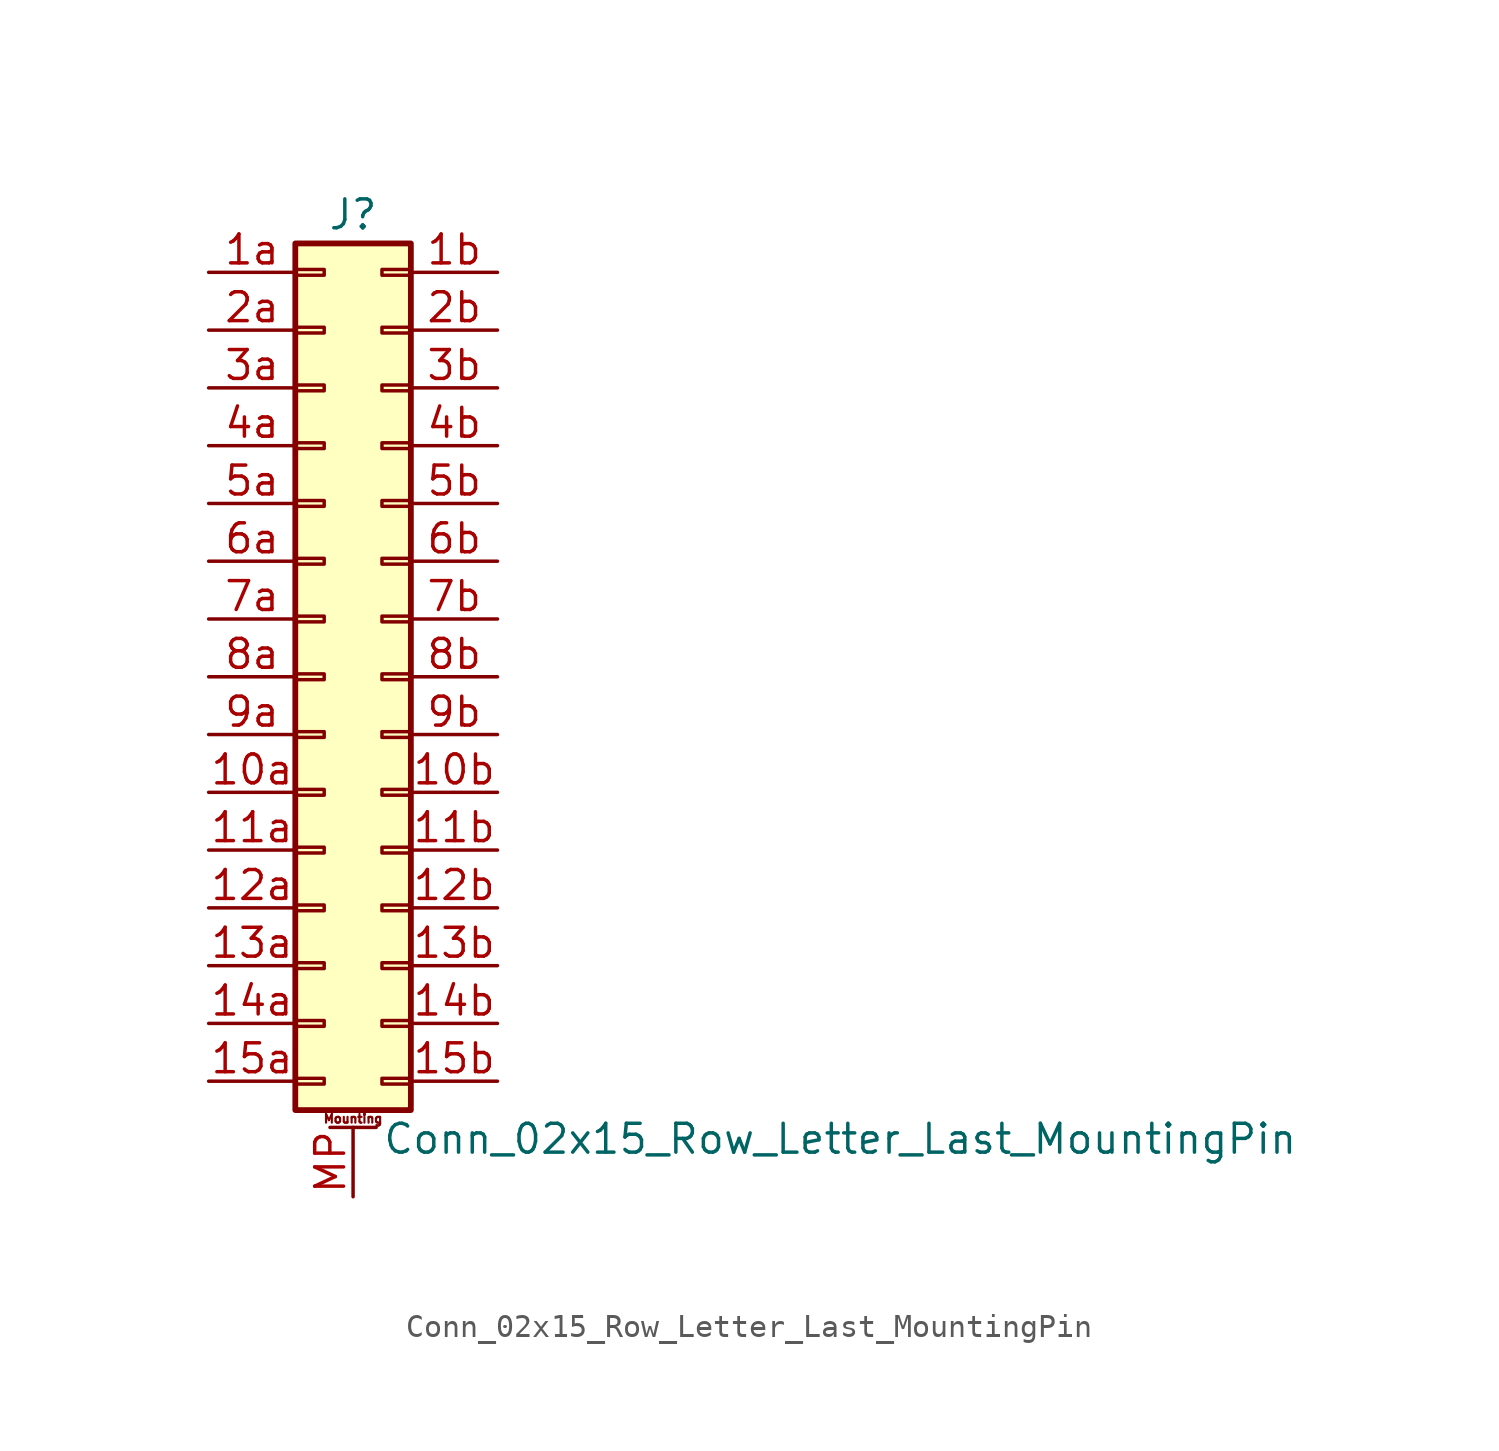
<source format=kicad_sym>
(kicad_symbol_lib
  (version 20201005)
  (generator kicad_symbol_editor)
  (symbol "Connector_Generic_MountingPin:Conn_02x15_Row_Letter_Last_MountingPin"
    (pin_names
      (offset 1.016) hide)
    (property "Reference" "J"
      (at 1.27 20.32 0)
      (effects (font (size 1.27 1.27))))
    (property "Value" "Conn_02x15_Row_Letter_Last_MountingPin"
      (at 2.54 -20.32 0)
      (effects (font (size 1.27 1.27)) (justify left)))
    (symbol "Conn_02x15_Row_Letter_Last_MountingPin_1_1"
      (text "Mounting" (at 1.27 -19.431 0) (effects (font (size 0.381 0.381))))
      (rectangle (start -1.27 -4.953) (end 0 -5.207) (stroke (width 0.152)) (fill (type none)))
      (rectangle (start -1.27 -7.493) (end 0 -7.747) (stroke (width 0.152)) (fill (type none)))
      (rectangle (start -1.27 -10.033) (end 0 -10.287) (stroke (width 0.152)) (fill (type none)))
      (rectangle (start -1.27 -12.573) (end 0 -12.827) (stroke (width 0.152)) (fill (type none)))
      (rectangle (start -1.27 -15.113) (end 0 -15.367) (stroke (width 0.152)) (fill (type none)))
      (rectangle (start -1.27 -17.653) (end 0 -17.907) (stroke (width 0.152)) (fill (type none)))
      (rectangle (start -1.27 -2.413) (end 0 -2.667) (stroke (width 0.152)) (fill (type none)))
      (rectangle (start -1.27 2.667) (end 0 2.413) (stroke (width 0.152)) (fill (type none)))
      (rectangle (start -1.27 5.207) (end 0 4.953) (stroke (width 0.152)) (fill (type none)))
      (rectangle (start -1.27 7.747) (end 0 7.493) (stroke (width 0.152)) (fill (type none)))
      (rectangle (start -1.27 10.287) (end 0 10.033) (stroke (width 0.152)) (fill (type none)))
      (rectangle (start -1.27 0.127) (end 0 -0.127) (stroke (width 0.152)) (fill (type none)))
      (rectangle (start -1.27 12.827) (end 0 12.573) (stroke (width 0.152)) (fill (type none)))
      (rectangle (start -1.27 15.367) (end 0 15.113) (stroke (width 0.152)) (fill (type none)))
      (rectangle (start -1.27 17.907) (end 0 17.653) (stroke (width 0.152)) (fill (type none)))
      (rectangle (start -1.27 19.05) (end 3.81 -19.05) (stroke (width 0.254)) (fill (type background)))
      (rectangle (start 3.81 -4.953) (end 2.54 -5.207) (stroke (width 0.152)) (fill (type none)))
      (rectangle (start 3.81 -7.493) (end 2.54 -7.747) (stroke (width 0.152)) (fill (type none)))
      (rectangle (start 3.81 -10.033) (end 2.54 -10.287) (stroke (width 0.152)) (fill (type none)))
      (rectangle (start 3.81 -12.573) (end 2.54 -12.827) (stroke (width 0.152)) (fill (type none)))
      (rectangle (start 3.81 -15.113) (end 2.54 -15.367) (stroke (width 0.152)) (fill (type none)))
      (rectangle (start 3.81 -17.653) (end 2.54 -17.907) (stroke (width 0.152)) (fill (type none)))
      (rectangle (start 3.81 -2.413) (end 2.54 -2.667) (stroke (width 0.152)) (fill (type none)))
      (rectangle (start 3.81 2.667) (end 2.54 2.413) (stroke (width 0.152)) (fill (type none)))
      (rectangle (start 3.81 5.207) (end 2.54 4.953) (stroke (width 0.152)) (fill (type none)))
      (rectangle (start 3.81 7.747) (end 2.54 7.493) (stroke (width 0.152)) (fill (type none)))
      (rectangle (start 3.81 10.287) (end 2.54 10.033) (stroke (width 0.152)) (fill (type none)))
      (rectangle (start 3.81 0.127) (end 2.54 -0.127) (stroke (width 0.152)) (fill (type none)))
      (rectangle (start 3.81 12.827) (end 2.54 12.573) (stroke (width 0.152)) (fill (type none)))
      (rectangle (start 3.81 15.367) (end 2.54 15.113) (stroke (width 0.152)) (fill (type none)))
      (rectangle (start 3.81 17.907) (end 2.54 17.653) (stroke (width 0.152)) (fill (type none)))
      (polyline (pts (xy 0.254 -19.812) (xy 2.286 -19.812)) (stroke (width 0.152)) (fill (type none)))
      (pin passive line (at 1.27 -22.86 90) (length 3.048) (name "MountPin" (effects (font (size 1.27 1.27)))) (number "MP" (effects (font (size 1.27 1.27)))))
      (pin passive line (at -5.08 -5.08 0) (length 3.81) (name "Pin_10a" (effects (font (size 1.27 1.27)))) (number "10a" (effects (font (size 1.27 1.27)))))
      (pin passive line (at 7.62 -5.08 180) (length 3.81) (name "Pin_10b" (effects (font (size 1.27 1.27)))) (number "10b" (effects (font (size 1.27 1.27)))))
      (pin passive line (at -5.08 -7.62 0) (length 3.81) (name "Pin_11a" (effects (font (size 1.27 1.27)))) (number "11a" (effects (font (size 1.27 1.27)))))
      (pin passive line (at 7.62 -7.62 180) (length 3.81) (name "Pin_11b" (effects (font (size 1.27 1.27)))) (number "11b" (effects (font (size 1.27 1.27)))))
      (pin passive line (at -5.08 -10.16 0) (length 3.81) (name "Pin_12a" (effects (font (size 1.27 1.27)))) (number "12a" (effects (font (size 1.27 1.27)))))
      (pin passive line (at 7.62 -10.16 180) (length 3.81) (name "Pin_12b" (effects (font (size 1.27 1.27)))) (number "12b" (effects (font (size 1.27 1.27)))))
      (pin passive line (at -5.08 -12.7 0) (length 3.81) (name "Pin_13a" (effects (font (size 1.27 1.27)))) (number "13a" (effects (font (size 1.27 1.27)))))
      (pin passive line (at 7.62 -12.7 180) (length 3.81) (name "Pin_13b" (effects (font (size 1.27 1.27)))) (number "13b" (effects (font (size 1.27 1.27)))))
      (pin passive line (at -5.08 -15.24 0) (length 3.81) (name "Pin_14a" (effects (font (size 1.27 1.27)))) (number "14a" (effects (font (size 1.27 1.27)))))
      (pin passive line (at 7.62 -15.24 180) (length 3.81) (name "Pin_14b" (effects (font (size 1.27 1.27)))) (number "14b" (effects (font (size 1.27 1.27)))))
      (pin passive line (at -5.08 -17.78 0) (length 3.81) (name "Pin_15a" (effects (font (size 1.27 1.27)))) (number "15a" (effects (font (size 1.27 1.27)))))
      (pin passive line (at 7.62 -17.78 180) (length 3.81) (name "Pin_15b" (effects (font (size 1.27 1.27)))) (number "15b" (effects (font (size 1.27 1.27)))))
      (pin passive line (at -5.08 17.78 0) (length 3.81) (name "Pin_1a" (effects (font (size 1.27 1.27)))) (number "1a" (effects (font (size 1.27 1.27)))))
      (pin passive line (at 7.62 17.78 180) (length 3.81) (name "Pin_1b" (effects (font (size 1.27 1.27)))) (number "1b" (effects (font (size 1.27 1.27)))))
      (pin passive line (at -5.08 15.24 0) (length 3.81) (name "Pin_2a" (effects (font (size 1.27 1.27)))) (number "2a" (effects (font (size 1.27 1.27)))))
      (pin passive line (at 7.62 15.24 180) (length 3.81) (name "Pin_2b" (effects (font (size 1.27 1.27)))) (number "2b" (effects (font (size 1.27 1.27)))))
      (pin passive line (at -5.08 12.7 0) (length 3.81) (name "Pin_3a" (effects (font (size 1.27 1.27)))) (number "3a" (effects (font (size 1.27 1.27)))))
      (pin passive line (at 7.62 12.7 180) (length 3.81) (name "Pin_3b" (effects (font (size 1.27 1.27)))) (number "3b" (effects (font (size 1.27 1.27)))))
      (pin passive line (at -5.08 10.16 0) (length 3.81) (name "Pin_4a" (effects (font (size 1.27 1.27)))) (number "4a" (effects (font (size 1.27 1.27)))))
      (pin passive line (at 7.62 10.16 180) (length 3.81) (name "Pin_4b" (effects (font (size 1.27 1.27)))) (number "4b" (effects (font (size 1.27 1.27)))))
      (pin passive line (at -5.08 7.62 0) (length 3.81) (name "Pin_5a" (effects (font (size 1.27 1.27)))) (number "5a" (effects (font (size 1.27 1.27)))))
      (pin passive line (at 7.62 7.62 180) (length 3.81) (name "Pin_5b" (effects (font (size 1.27 1.27)))) (number "5b" (effects (font (size 1.27 1.27)))))
      (pin passive line (at -5.08 5.08 0) (length 3.81) (name "Pin_6a" (effects (font (size 1.27 1.27)))) (number "6a" (effects (font (size 1.27 1.27)))))
      (pin passive line (at 7.62 5.08 180) (length 3.81) (name "Pin_6b" (effects (font (size 1.27 1.27)))) (number "6b" (effects (font (size 1.27 1.27)))))
      (pin passive line (at -5.08 2.54 0) (length 3.81) (name "Pin_7a" (effects (font (size 1.27 1.27)))) (number "7a" (effects (font (size 1.27 1.27)))))
      (pin passive line (at 7.62 2.54 180) (length 3.81) (name "Pin_7b" (effects (font (size 1.27 1.27)))) (number "7b" (effects (font (size 1.27 1.27)))))
      (pin passive line (at -5.08 0 0) (length 3.81) (name "Pin_8a" (effects (font (size 1.27 1.27)))) (number "8a" (effects (font (size 1.27 1.27)))))
      (pin passive line (at 7.62 0 180) (length 3.81) (name "Pin_8b" (effects (font (size 1.27 1.27)))) (number "8b" (effects (font (size 1.27 1.27)))))
      (pin passive line (at -5.08 -2.54 0) (length 3.81) (name "Pin_9a" (effects (font (size 1.27 1.27)))) (number "9a" (effects (font (size 1.27 1.27)))))
      (pin passive line (at 7.62 -2.54 180) (length 3.81) (name "Pin_9b" (effects (font (size 1.27 1.27)))) (number "9b" (effects (font (size 1.27 1.27))))))))
</source>
